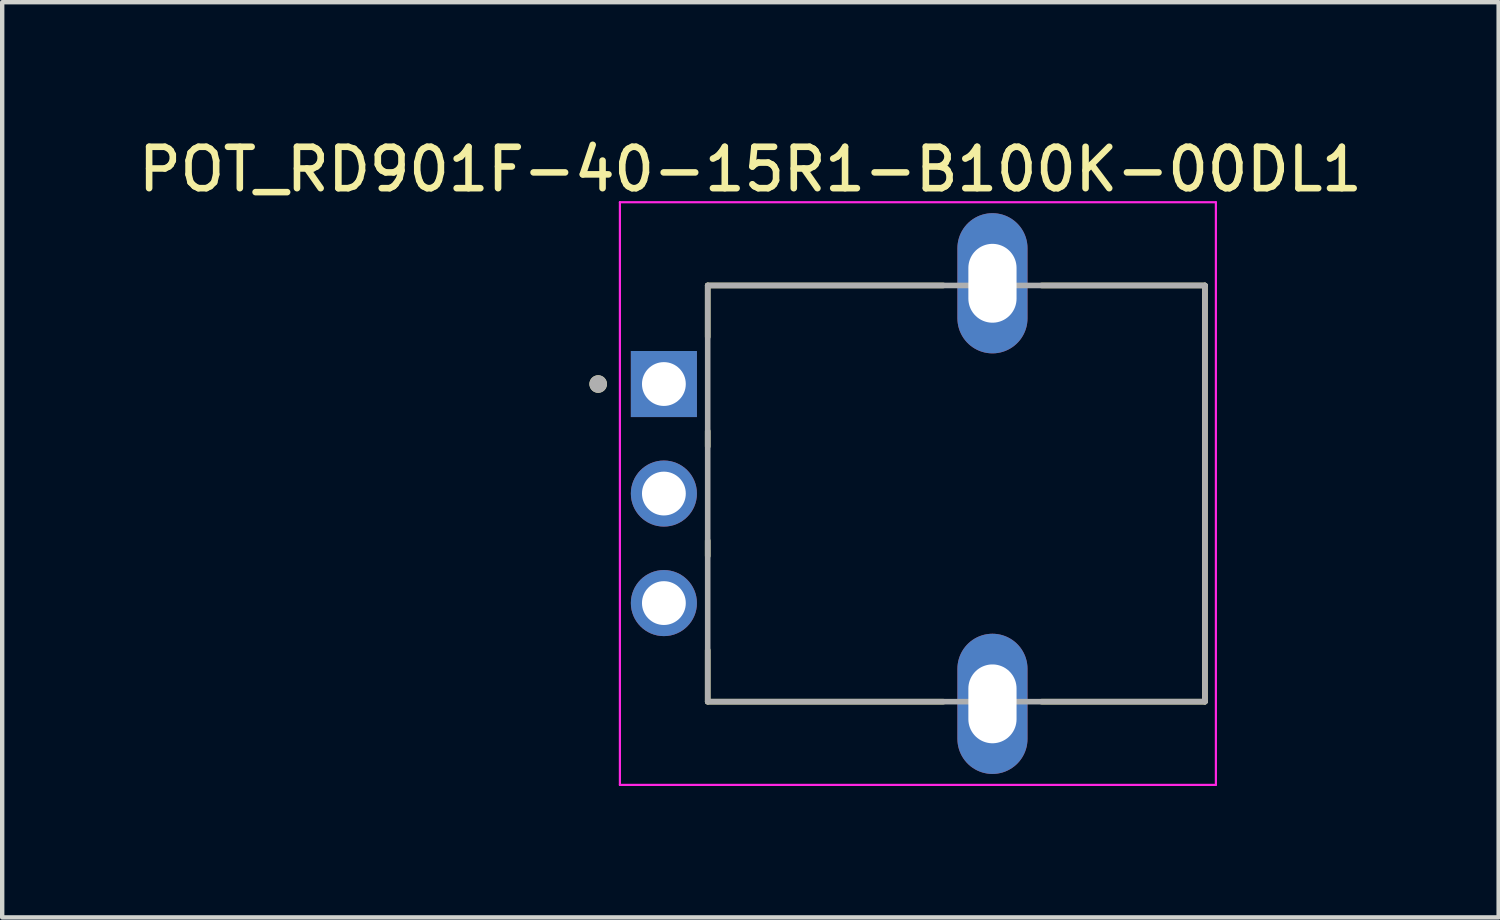
<source format=kicad_pcb>
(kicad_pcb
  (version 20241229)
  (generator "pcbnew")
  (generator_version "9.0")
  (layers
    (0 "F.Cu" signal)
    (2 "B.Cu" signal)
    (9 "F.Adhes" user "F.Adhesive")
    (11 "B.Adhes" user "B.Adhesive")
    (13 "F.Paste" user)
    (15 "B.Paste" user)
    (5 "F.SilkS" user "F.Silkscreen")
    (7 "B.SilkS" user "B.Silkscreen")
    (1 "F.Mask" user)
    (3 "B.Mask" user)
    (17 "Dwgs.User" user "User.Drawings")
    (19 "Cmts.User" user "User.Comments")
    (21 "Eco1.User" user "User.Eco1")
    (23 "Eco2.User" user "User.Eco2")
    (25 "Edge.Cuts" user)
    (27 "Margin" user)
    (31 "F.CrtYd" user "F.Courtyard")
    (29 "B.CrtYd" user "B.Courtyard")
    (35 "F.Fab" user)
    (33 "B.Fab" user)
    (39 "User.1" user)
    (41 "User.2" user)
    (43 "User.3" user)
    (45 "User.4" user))
  (footprint "POT_RD901F-40-15R1-B100K-00DL1"
    (layer "F.Cu")
    (at 19.604 8.216)
    (property "Reference" "POT_RD901F-40-15R1-B100K-00DL1" (at -5.525 -7.4 0) (layer "F.SilkS") (effects (font (size 0.945 0.945) (thickness 0.15))))
    (attr through_hole)
    (fp_line (start -6.5 -4.75) (end -1.12 -4.75) (stroke (width 0.127) (type solid)) (layer "F.SilkS"))
    (fp_line (start -6.5 -3.574) (end -6.5 -4.75) (stroke (width 0.127) (type solid)) (layer "F.SilkS"))
    (fp_line (start -6.5 -1.074) (end -6.5 -1.426) (stroke (width 0.127) (type solid)) (layer "F.SilkS"))
    (fp_line (start -6.5 1.426) (end -6.5 1.074) (stroke (width 0.127) (type solid)) (layer "F.SilkS"))
    (fp_line (start -6.5 3.574) (end -6.5 4.75) (stroke (width 0.127) (type solid)) (layer "F.SilkS"))
    (fp_line (start -1.12 4.75) (end -6.5 4.75) (stroke (width 0.127) (type solid)) (layer "F.SilkS"))
    (fp_line (start 1.12 -4.75) (end 4.85 -4.75) (stroke (width 0.127) (type solid)) (layer "F.SilkS"))
    (fp_line (start 4.85 -4.75) (end 4.85 4.75) (stroke (width 0.127) (type solid)) (layer "F.SilkS"))
    (fp_line (start 4.85 4.75) (end 1.12 4.75) (stroke (width 0.127) (type solid)) (layer "F.SilkS"))
    (fp_circle (center -9 -2.5) (end -8.9 -2.5) (stroke (width 0.2) (type solid)) (fill no) (layer "F.SilkS"))
    (fp_line (start -8.504 -6.65) (end 5.1 -6.65) (stroke (width 0.05) (type solid)) (layer "F.CrtYd"))
    (fp_line (start -8.504 6.65) (end -8.504 -6.65) (stroke (width 0.05) (type solid)) (layer "F.CrtYd"))
    (fp_line (start 5.1 -6.65) (end 5.1 6.65) (stroke (width 0.05) (type solid)) (layer "F.CrtYd"))
    (fp_line (start 5.1 6.65) (end -8.504 6.65) (stroke (width 0.05) (type solid)) (layer "F.CrtYd"))
    (fp_line (start -6.5 -4.75) (end 4.85 -4.75) (stroke (width 0.127) (type solid)) (layer "F.Fab"))
    (fp_line (start -6.5 4.75) (end -6.5 -4.75) (stroke (width 0.127) (type solid)) (layer "F.Fab"))
    (fp_line (start 4.85 -4.75) (end 4.85 4.75) (stroke (width 0.127) (type solid)) (layer "F.Fab"))
    (fp_line (start 4.85 4.75) (end -6.5 4.75) (stroke (width 0.127) (type solid)) (layer "F.Fab"))
    (fp_circle (center -9 -2.5) (end -8.9 -2.5) (stroke (width 0.2) (type solid)) (fill no) (layer "F.Fab"))
    (pad "1" thru_hole rect (at -7.5 -2.5) (size 1.508 1.508) (drill 1) (layers "*.Cu" "*.Mask"))
    (pad "2" thru_hole circle (at -7.5 0) (size 1.508 1.508) (drill 1) (layers "*.Cu" "*.Mask"))
    (pad "3" thru_hole circle (at -7.5 2.5) (size 1.508 1.508) (drill 1) (layers "*.Cu" "*.Mask"))
    (pad "SH1" thru_hole oval (at 0 -4.8) (size 1.6 3.2) (drill oval 1.1 1.8) (layers "*.Cu" "*.Mask"))
    (pad "SH2" thru_hole oval (at 0 4.8) (size 1.6 3.2) (drill oval 1.1 1.8) (layers "*.Cu" "*.Mask")))
  (gr_rect
    (start -3 -3)
    (end 31.158 17.891)
    (stroke (width 0.1) (type default))
    (fill no)
    (layer "Edge.Cuts")))
</source>
